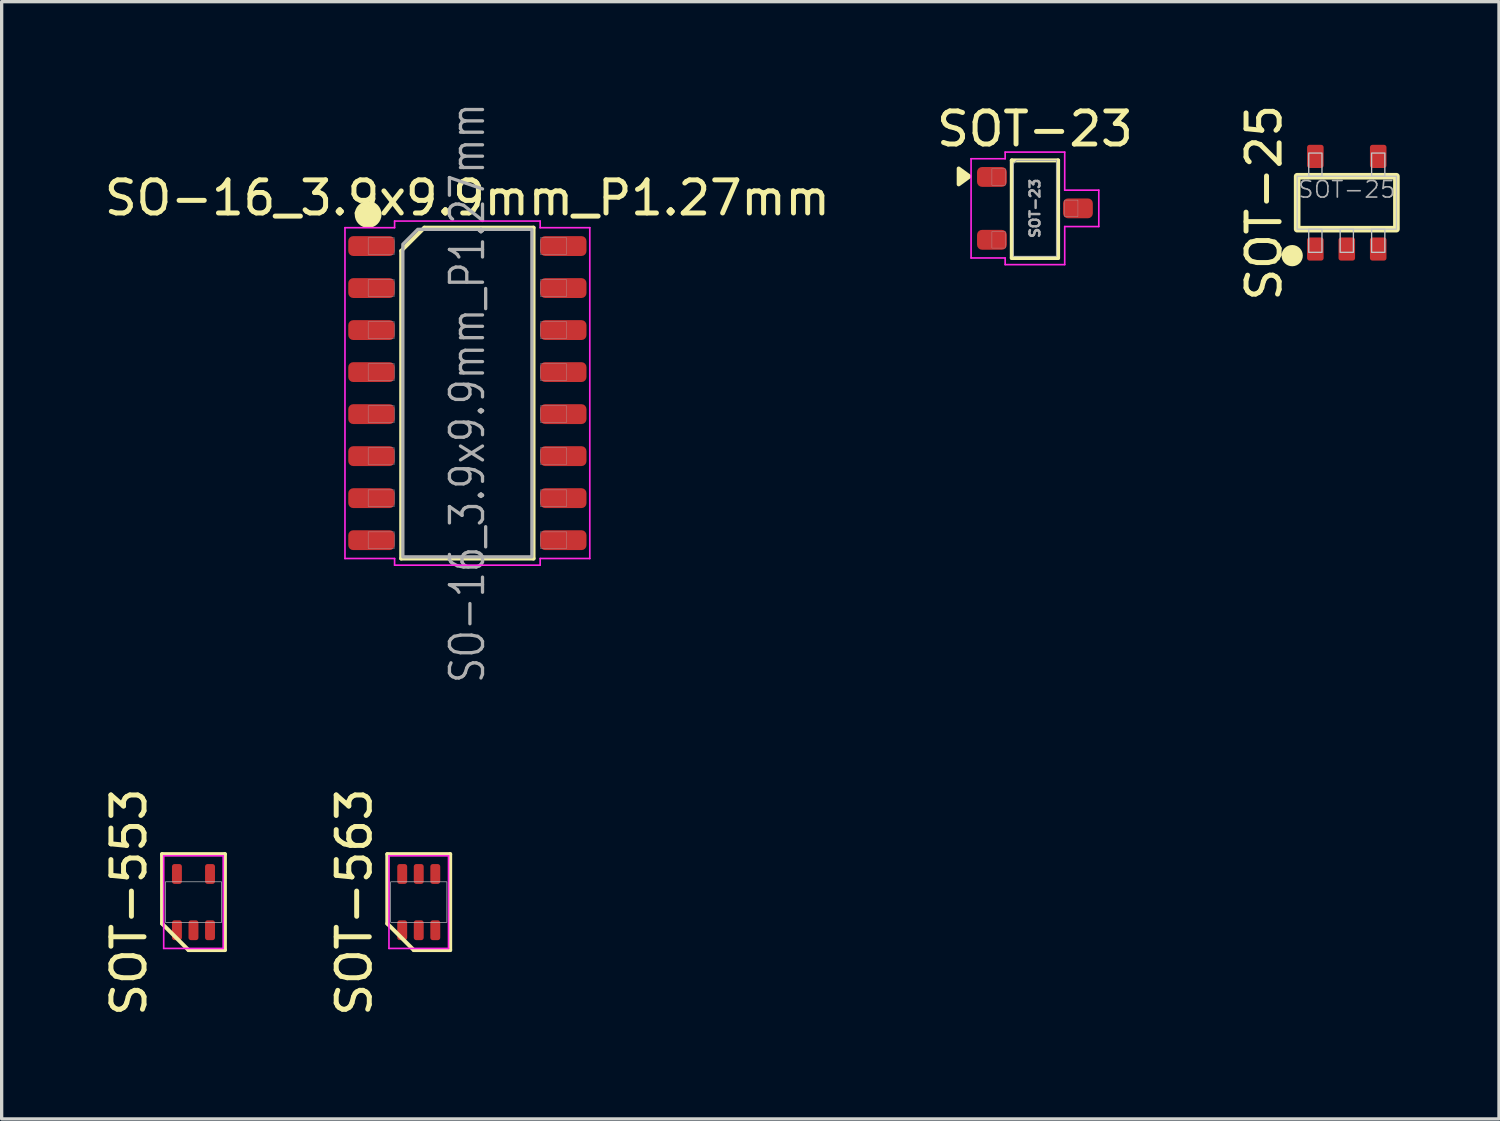
<source format=kicad_pcb>
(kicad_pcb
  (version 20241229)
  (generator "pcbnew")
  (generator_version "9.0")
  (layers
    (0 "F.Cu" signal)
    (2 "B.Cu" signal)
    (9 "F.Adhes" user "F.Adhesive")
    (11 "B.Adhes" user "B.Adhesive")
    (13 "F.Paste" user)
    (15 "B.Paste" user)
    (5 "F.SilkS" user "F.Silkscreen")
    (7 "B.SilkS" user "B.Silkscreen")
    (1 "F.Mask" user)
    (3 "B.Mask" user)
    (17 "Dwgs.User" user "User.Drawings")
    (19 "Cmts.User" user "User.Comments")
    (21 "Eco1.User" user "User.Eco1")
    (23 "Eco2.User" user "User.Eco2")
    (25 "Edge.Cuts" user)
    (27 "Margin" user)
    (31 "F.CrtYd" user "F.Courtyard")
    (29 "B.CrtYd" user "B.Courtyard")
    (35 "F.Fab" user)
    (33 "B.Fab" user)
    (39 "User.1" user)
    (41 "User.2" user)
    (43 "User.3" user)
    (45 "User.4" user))
  (footprint "SOT-25"
    (layer "F.Cu")
    (at 37.658 3.077)
    (property "Reference" "SOT-25" (at -2.5 0 90) (unlocked yes) (layer "F.SilkS") (effects (font (size 1 1) (thickness 0.15))))
    (attr through_hole)
    (fp_rect (start -1.5 -0.8) (end 1.5 0.8) (stroke (width 0.2) (type default)) (fill no) (layer "F.SilkS"))
    (fp_circle (center -1.65 1.6) (end -1.55 1.3) (stroke (width 0.01) (type solid)) (fill yes) (layer "F.SilkS"))
    (fp_rect (start -1.5 -0.8) (end 1.5 0.8) (stroke (width 0.04) (type default)) (fill no) (layer "Dwgs.User"))
    (fp_rect (start -1.15 -1.5) (end -0.75 -1.1) (stroke (width 0.001) (type solid)) (fill no) (layer "Dwgs.User"))
    (fp_rect (start -1.15 -1.5) (end -0.75 -0.8) (stroke (width 0.04) (type default)) (fill no) (layer "Dwgs.User"))
    (fp_rect (start -1.15 0.8) (end -0.75 1.5) (stroke (width 0.04) (type default)) (fill no) (layer "Dwgs.User"))
    (fp_rect (start -1.15 1.1) (end -0.75 1.5) (stroke (width 0.001) (type solid)) (fill no) (layer "Dwgs.User"))
    (fp_rect (start -0.2 0.8) (end 0.2 1.5) (stroke (width 0.04) (type default)) (fill no) (layer "Dwgs.User"))
    (fp_rect (start -0.2 1.1) (end 0.2 1.5) (stroke (width 0.001) (type solid)) (fill no) (layer "Dwgs.User"))
    (fp_rect (start 0.75 -1.5) (end 1.15 -1.1) (stroke (width 0.001) (type solid)) (fill no) (layer "Dwgs.User"))
    (fp_rect (start 0.75 -1.5) (end 1.15 -0.8) (stroke (width 0.04) (type default)) (fill no) (layer "Dwgs.User"))
    (fp_rect (start 0.75 0.8) (end 1.15 1.5) (stroke (width 0.04) (type default)) (fill no) (layer "Dwgs.User"))
    (fp_rect (start 0.75 1.1) (end 1.15 1.5) (stroke (width 0.001) (type solid)) (fill no) (layer "Dwgs.User"))
    (fp_text user "${REFERENCE}" (at 0 -0.4 0) (unlocked yes) (layer "F.Fab") (effects (font (size 0.5 0.5) (thickness 0.05))))
    (pad "1" smd roundrect (at -0.95 1.4 270) (size 0.7 0.5) (layers "F.Cu" "F.Mask" "F.Paste") (roundrect_rratio 0.15))
    (pad "2" smd roundrect (at 0 1.4 270) (size 0.7 0.5) (layers "F.Cu" "F.Mask" "F.Paste") (roundrect_rratio 0.15))
    (pad "3" smd roundrect (at 0.95 1.4 270) (size 0.7 0.5) (layers "F.Cu" "F.Mask" "F.Paste") (roundrect_rratio 0.15))
    (pad "4" smd roundrect (at 0.95 -1.4 270) (size 0.7 0.5) (layers "F.Cu" "F.Mask" "F.Paste") (roundrect_rratio 0.15))
    (pad "5" smd roundrect (at -0.95 -1.4 270) (size 0.7 0.5) (layers "F.Cu" "F.Mask" "F.Paste") (roundrect_rratio 0.15)))
  (footprint "SO-16_3.9x9.9mm_P1.27mm"
    (layer "F.Cu")
    (at 11.077 8.832)
    (property "Reference" "SO-16_3.9x9.9mm_P1.27mm" (at 0 -5.9 0) (layer "F.SilkS") (effects (font (size 1 1) (thickness 0.15))))
    (attr smd)
    (fp_line (start -2 5) (end -2 -4.3) (stroke (width 0.12) (type solid)) (layer "F.SilkS"))
    (fp_line (start -1.3 -5) (end -2 -4.3) (stroke (width 0.12) (type default)) (layer "F.SilkS"))
    (fp_line (start -1.3 -5) (end 2 -5) (stroke (width 0.12) (type solid)) (layer "F.SilkS"))
    (fp_line (start 2 -5) (end 2 5) (stroke (width 0.12) (type solid)) (layer "F.SilkS"))
    (fp_line (start 2 5) (end -2 5) (stroke (width 0.12) (type solid)) (layer "F.SilkS"))
    (fp_circle (center -3 -5.4) (end -3 -5) (stroke (width 0.01) (type solid)) (fill yes) (layer "F.SilkS"))
    (fp_line (start -3.7 -5) (end -2.2 -5) (stroke (width 0.05) (type solid)) (layer "F.CrtYd"))
    (fp_line (start -3.7 5) (end -3.7 -5) (stroke (width 0.05) (type solid)) (layer "F.CrtYd"))
    (fp_line (start -2.2 -5.2) (end 2.2 -5.2) (stroke (width 0.05) (type solid)) (layer "F.CrtYd"))
    (fp_line (start -2.2 -5) (end -2.2 -5.2) (stroke (width 0.05) (type solid)) (layer "F.CrtYd"))
    (fp_line (start -2.2 5) (end -3.7 5) (stroke (width 0.05) (type solid)) (layer "F.CrtYd"))
    (fp_line (start -2.2 5.2) (end -2.2 5) (stroke (width 0.05) (type solid)) (layer "F.CrtYd"))
    (fp_line (start 2.2 -5.2) (end 2.2 -5) (stroke (width 0.05) (type solid)) (layer "F.CrtYd"))
    (fp_line (start 2.2 -5) (end 3.7 -5) (stroke (width 0.05) (type solid)) (layer "F.CrtYd"))
    (fp_line (start 2.2 5) (end 2.2 5.2) (stroke (width 0.05) (type solid)) (layer "F.CrtYd"))
    (fp_line (start 2.2 5.2) (end -2.2 5.2) (stroke (width 0.05) (type solid)) (layer "F.CrtYd"))
    (fp_line (start 3.7 -5) (end 3.7 5) (stroke (width 0.05) (type solid)) (layer "F.CrtYd"))
    (fp_line (start 3.7 5) (end 2.2 5) (stroke (width 0.05) (type solid)) (layer "F.CrtYd"))
    (fp_rect (start -3 -4.695) (end -2.2 -4.195) (stroke (width 0.01) (type default)) (fill no) (layer "F.Fab"))
    (fp_rect (start -3 -3.425) (end -2.2 -2.925) (stroke (width 0.01) (type default)) (fill no) (layer "F.Fab"))
    (fp_rect (start -3 -2.155) (end -2.2 -1.655) (stroke (width 0.01) (type default)) (fill no) (layer "F.Fab"))
    (fp_rect (start -3 -0.885) (end -2.2 -0.385) (stroke (width 0.01) (type default)) (fill no) (layer "F.Fab"))
    (fp_rect (start -3 0.385) (end -2.2 0.885) (stroke (width 0.01) (type default)) (fill no) (layer "F.Fab"))
    (fp_rect (start -3 1.655) (end -2.2 2.155) (stroke (width 0.01) (type default)) (fill no) (layer "F.Fab"))
    (fp_rect (start -3 2.925) (end -2.2 3.425) (stroke (width 0.01) (type default)) (fill no) (layer "F.Fab"))
    (fp_rect (start -3 4.195) (end -2.2 4.695) (stroke (width 0.01) (type default)) (fill no) (layer "F.Fab"))
    (fp_rect (start 2.2 -4.695) (end 3 -4.195) (stroke (width 0.01) (type default)) (fill no) (layer "F.Fab"))
    (fp_rect (start 2.2 -3.425) (end 3 -2.925) (stroke (width 0.01) (type default)) (fill no) (layer "F.Fab"))
    (fp_rect (start 2.2 -2.155) (end 3 -1.655) (stroke (width 0.01) (type default)) (fill no) (layer "F.Fab"))
    (fp_rect (start 2.2 -0.885) (end 3 -0.385) (stroke (width 0.01) (type default)) (fill no) (layer "F.Fab"))
    (fp_rect (start 2.2 0.385) (end 3 0.885) (stroke (width 0.01) (type default)) (fill no) (layer "F.Fab"))
    (fp_rect (start 2.2 1.655) (end 3 2.155) (stroke (width 0.01) (type default)) (fill no) (layer "F.Fab"))
    (fp_rect (start 2.2 2.925) (end 3 3.425) (stroke (width 0.01) (type default)) (fill no) (layer "F.Fab"))
    (fp_rect (start 2.2 4.195) (end 3 4.695) (stroke (width 0.01) (type default)) (fill no) (layer "F.Fab"))
    (fp_poly (pts (xy -1.95 -4.5) (xy -1.95 4.95) (xy 1.95 4.95) (xy 1.95 -4.95) (xy -1.5 -4.95)) (stroke (width 0.1) (type solid)) (fill no) (layer "F.Fab"))
    (fp_text user "${REFERENCE}" (at 0 0 90) (layer "F.Fab") (effects (font (size 1 0.8) (thickness 0.1))))
    (pad "1" smd roundrect (at -2.9 -4.445) (size 1.4 0.6) (layers "F.Cu" "F.Mask" "F.Paste") (roundrect_rratio 0.25))
    (pad "2" smd roundrect (at -2.9 -3.175) (size 1.4 0.6) (layers "F.Cu" "F.Mask" "F.Paste") (roundrect_rratio 0.25))
    (pad "3" smd roundrect (at -2.9 -1.905) (size 1.4 0.6) (layers "F.Cu" "F.Mask" "F.Paste") (roundrect_rratio 0.25))
    (pad "4" smd roundrect (at -2.9 -0.635) (size 1.4 0.6) (layers "F.Cu" "F.Mask" "F.Paste") (roundrect_rratio 0.25))
    (pad "5" smd roundrect (at -2.9 0.635) (size 1.4 0.6) (layers "F.Cu" "F.Mask" "F.Paste") (roundrect_rratio 0.25))
    (pad "6" smd roundrect (at -2.9 1.905) (size 1.4 0.6) (layers "F.Cu" "F.Mask" "F.Paste") (roundrect_rratio 0.25))
    (pad "7" smd roundrect (at -2.9 3.175) (size 1.4 0.6) (layers "F.Cu" "F.Mask" "F.Paste") (roundrect_rratio 0.25))
    (pad "8" smd roundrect (at -2.9 4.445) (size 1.4 0.6) (layers "F.Cu" "F.Mask" "F.Paste") (roundrect_rratio 0.25))
    (pad "9" smd roundrect (at 2.9 4.445) (size 1.4 0.6) (layers "F.Cu" "F.Mask" "F.Paste") (roundrect_rratio 0.25))
    (pad "10" smd roundrect (at 2.9 3.175) (size 1.4 0.6) (layers "F.Cu" "F.Mask" "F.Paste") (roundrect_rratio 0.25))
    (pad "11" smd roundrect (at 2.9 1.905) (size 1.4 0.6) (layers "F.Cu" "F.Mask" "F.Paste") (roundrect_rratio 0.25))
    (pad "12" smd roundrect (at 2.9 0.635) (size 1.4 0.6) (layers "F.Cu" "F.Mask" "F.Paste") (roundrect_rratio 0.25))
    (pad "13" smd roundrect (at 2.9 -0.635) (size 1.4 0.6) (layers "F.Cu" "F.Mask" "F.Paste") (roundrect_rratio 0.25))
    (pad "14" smd roundrect (at 2.9 -1.905) (size 1.4 0.6) (layers "F.Cu" "F.Mask" "F.Paste") (roundrect_rratio 0.25))
    (pad "15" smd roundrect (at 2.9 -3.175) (size 1.4 0.6) (layers "F.Cu" "F.Mask" "F.Paste") (roundrect_rratio 0.25))
    (pad "16" smd roundrect (at 2.9 -4.445) (size 1.4 0.6) (layers "F.Cu" "F.Mask" "F.Paste") (roundrect_rratio 0.25)))
  (footprint "SOT-563"
    (layer "F.Cu")
    (at 9.607 24.217)
    (property "Reference" "SOT-563" (at -1.95 0 90) (layer "F.SilkS") (effects (font (size 1 1) (thickness 0.15))))
    (attr smd)
    (fp_line (start -0.95 -1.45) (end 0.95 -1.45) (stroke (width 0.12) (type default)) (layer "F.SilkS"))
    (fp_line (start -0.95 0.65) (end -0.95 -1.45) (stroke (width 0.12) (type default)) (layer "F.SilkS"))
    (fp_line (start -0.15 1.45) (end -0.95 0.65) (stroke (width 0.12) (type default)) (layer "F.SilkS"))
    (fp_line (start 0.95 -1.45) (end 0.95 1.45) (stroke (width 0.12) (type default)) (layer "F.SilkS"))
    (fp_line (start 0.95 1.45) (end -0.15 1.45) (stroke (width 0.12) (type default)) (layer "F.SilkS"))
    (fp_rect (start -0.85 -0.613) (end 0.85 0.613) (stroke (width 0.02) (type solid)) (fill no) (layer "Dwgs.User"))
    (fp_line (start -0.9 -1.4) (end 0.9 -1.4) (stroke (width 0.05) (type default)) (layer "F.CrtYd"))
    (fp_line (start -0.9 1.4) (end -0.9 -1.4) (stroke (width 0.05) (type default)) (layer "F.CrtYd"))
    (fp_line (start 0.9 -1.4) (end 0.9 1.4) (stroke (width 0.05) (type default)) (layer "F.CrtYd"))
    (fp_line (start 0.9 1.4) (end -0.9 1.4) (stroke (width 0.05) (type default)) (layer "F.CrtYd"))
    (pad "1" smd roundrect (at -0.5 0.85) (size 0.3 0.6) (layers "F.Cu" "F.Mask" "F.Paste") (roundrect_rratio 0.25))
    (pad "2" smd roundrect (at 0 0.85) (size 0.3 0.6) (layers "F.Cu" "F.Mask" "F.Paste") (roundrect_rratio 0.25))
    (pad "3" smd roundrect (at 0.5 0.85) (size 0.3 0.6) (layers "F.Cu" "F.Mask" "F.Paste") (roundrect_rratio 0.25))
    (pad "4" smd roundrect (at 0.5 -0.85) (size 0.3 0.6) (layers "F.Cu" "F.Mask" "F.Paste") (roundrect_rratio 0.25))
    (pad "5" smd roundrect (at 0 -0.85) (size 0.3 0.6) (layers "F.Cu" "F.Mask" "F.Paste") (roundrect_rratio 0.25))
    (pad "6" smd roundrect (at -0.5 -0.85) (size 0.3 0.6) (layers "F.Cu" "F.Mask" "F.Paste") (roundrect_rratio 0.25)))
  (footprint "SOT-23"
    (layer "F.Cu")
    (at 28.232 3.248)
    (property "Reference" "SOT-23" (at 0 -2.4 0) (layer "F.SilkS") (effects (font (size 1 1) (thickness 0.15))))
    (attr smd)
    (fp_line (start -0.7 -1.45) (end 0.7 -1.45) (stroke (width 0.12) (type solid)) (layer "F.SilkS"))
    (fp_line (start -0.7 1.5) (end -0.7 -1.45) (stroke (width 0.12) (type solid)) (layer "F.SilkS"))
    (fp_line (start 0.7 -1.45) (end 0.7 0) (stroke (width 0.12) (type solid)) (layer "F.SilkS"))
    (fp_line (start 0.7 0) (end 0.7 1.5) (stroke (width 0.12) (type solid)) (layer "F.SilkS"))
    (fp_line (start 0.7 1.5) (end -0.7 1.5) (stroke (width 0.12) (type solid)) (layer "F.SilkS"))
    (fp_poly (pts (xy -1.975 -0.965) (xy -2.305 -0.725) (xy -2.305 -1.205)) (stroke (width 0.12) (type solid)) (fill yes) (layer "F.SilkS"))
    (fp_line (start -1.93 -1.5) (end -0.9 -1.5) (stroke (width 0.05) (type solid)) (layer "F.CrtYd"))
    (fp_line (start -1.93 1.5) (end -1.93 -1.5) (stroke (width 0.05) (type solid)) (layer "F.CrtYd"))
    (fp_line (start -0.9 -1.7) (end 0.9 -1.7) (stroke (width 0.05) (type solid)) (layer "F.CrtYd"))
    (fp_line (start -0.9 -1.5) (end -0.9 -1.7) (stroke (width 0.05) (type solid)) (layer "F.CrtYd"))
    (fp_line (start -0.9 1.5) (end -1.93 1.5) (stroke (width 0.05) (type solid)) (layer "F.CrtYd"))
    (fp_line (start -0.9 1.7) (end -0.9 1.5) (stroke (width 0.05) (type solid)) (layer "F.CrtYd"))
    (fp_line (start 0.9 -1.7) (end 0.9 -0.55) (stroke (width 0.05) (type solid)) (layer "F.CrtYd"))
    (fp_line (start 0.9 -0.55) (end 1.93 -0.55) (stroke (width 0.05) (type solid)) (layer "F.CrtYd"))
    (fp_line (start 0.9 0.55) (end 0.9 1.7) (stroke (width 0.05) (type solid)) (layer "F.CrtYd"))
    (fp_line (start 0.9 1.7) (end -0.9 1.7) (stroke (width 0.05) (type solid)) (layer "F.CrtYd"))
    (fp_line (start 1.93 -0.55) (end 1.93 0.55) (stroke (width 0.05) (type solid)) (layer "F.CrtYd"))
    (fp_line (start 1.93 0.55) (end 0.9 0.55) (stroke (width 0.05) (type solid)) (layer "F.CrtYd"))
    (fp_rect (start -1.3 -1.2) (end -0.9 -0.7) (stroke (width 0.01) (type default)) (fill no) (layer "F.Fab"))
    (fp_rect (start -1.3 0.7) (end -0.9 1.2) (stroke (width 0.01) (type default)) (fill no) (layer "F.Fab"))
    (fp_rect (start 0.9 -0.25) (end 1.3 0.25) (stroke (width 0.01) (type default)) (fill no) (layer "F.Fab"))
    (fp_poly (pts (xy -0.65 -1.35) (xy -0.65 1.45) (xy 0.65 1.45) (xy 0.65 -1.45) (xy -0.55 -1.45)) (stroke (width 0.03) (type solid)) (fill no) (layer "F.Fab"))
    (fp_text user "${REFERENCE}" (at 0 0 90) (layer "F.Fab") (effects (font (size 0.3 0.3) (thickness 0.11))))
    (pad "1" smd roundrect (at -1.3 -0.95) (size 0.9 0.6) (layers "F.Cu" "F.Mask" "F.Paste") (roundrect_rratio 0.25))
    (pad "2" smd roundrect (at -1.3 0.95) (size 0.9 0.6) (layers "F.Cu" "F.Mask" "F.Paste") (roundrect_rratio 0.25))
    (pad "3" smd roundrect (at 1.3 0) (size 0.9 0.6) (layers "F.Cu" "F.Mask" "F.Paste") (roundrect_rratio 0.25)))
  (footprint "SOT-553"
    (layer "F.Cu")
    (at 2.798 24.217)
    (property "Reference" "SOT-553" (at -1.95 0 90) (layer "F.SilkS") (effects (font (size 1 1) (thickness 0.15))))
    (attr smd)
    (fp_line (start -0.95 -1.45) (end 0.95 -1.45) (stroke (width 0.12) (type default)) (layer "F.SilkS"))
    (fp_line (start -0.95 0.65) (end -0.95 -1.45) (stroke (width 0.12) (type default)) (layer "F.SilkS"))
    (fp_line (start -0.15 1.45) (end -0.95 0.65) (stroke (width 0.12) (type default)) (layer "F.SilkS"))
    (fp_line (start 0.95 -1.45) (end 0.95 1.45) (stroke (width 0.12) (type default)) (layer "F.SilkS"))
    (fp_line (start 0.95 1.45) (end -0.15 1.45) (stroke (width 0.12) (type default)) (layer "F.SilkS"))
    (fp_rect (start -0.85 -0.613) (end 0.85 0.613) (stroke (width 0.02) (type solid)) (fill no) (layer "Dwgs.User"))
    (fp_line (start -0.9 -1.4) (end 0.9 -1.4) (stroke (width 0.05) (type default)) (layer "F.CrtYd"))
    (fp_line (start -0.9 1.4) (end -0.9 -1.4) (stroke (width 0.05) (type default)) (layer "F.CrtYd"))
    (fp_line (start 0.9 -1.4) (end 0.9 1.4) (stroke (width 0.05) (type default)) (layer "F.CrtYd"))
    (fp_line (start 0.9 1.4) (end -0.9 1.4) (stroke (width 0.05) (type default)) (layer "F.CrtYd"))
    (pad "1" smd roundrect (at -0.5 0.85) (size 0.3 0.6) (layers "F.Cu" "F.Mask" "F.Paste") (roundrect_rratio 0.25))
    (pad "2" smd roundrect (at 0 0.85) (size 0.3 0.6) (layers "F.Cu" "F.Mask" "F.Paste") (roundrect_rratio 0.25))
    (pad "3" smd roundrect (at 0.5 0.85) (size 0.3 0.6) (layers "F.Cu" "F.Mask" "F.Paste") (roundrect_rratio 0.25))
    (pad "4" smd roundrect (at 0.5 -0.85) (size 0.3 0.6) (layers "F.Cu" "F.Mask" "F.Paste") (roundrect_rratio 0.25))
    (pad "5" smd roundrect (at -0.5 -0.85) (size 0.3 0.6) (layers "F.Cu" "F.Mask" "F.Paste") (roundrect_rratio 0.25)))
  (gr_rect
    (start -3 -3)
    (end 42.258 30.771)
    (stroke (width 0.1) (type default))
    (fill no)
    (layer "Edge.Cuts")))
</source>
